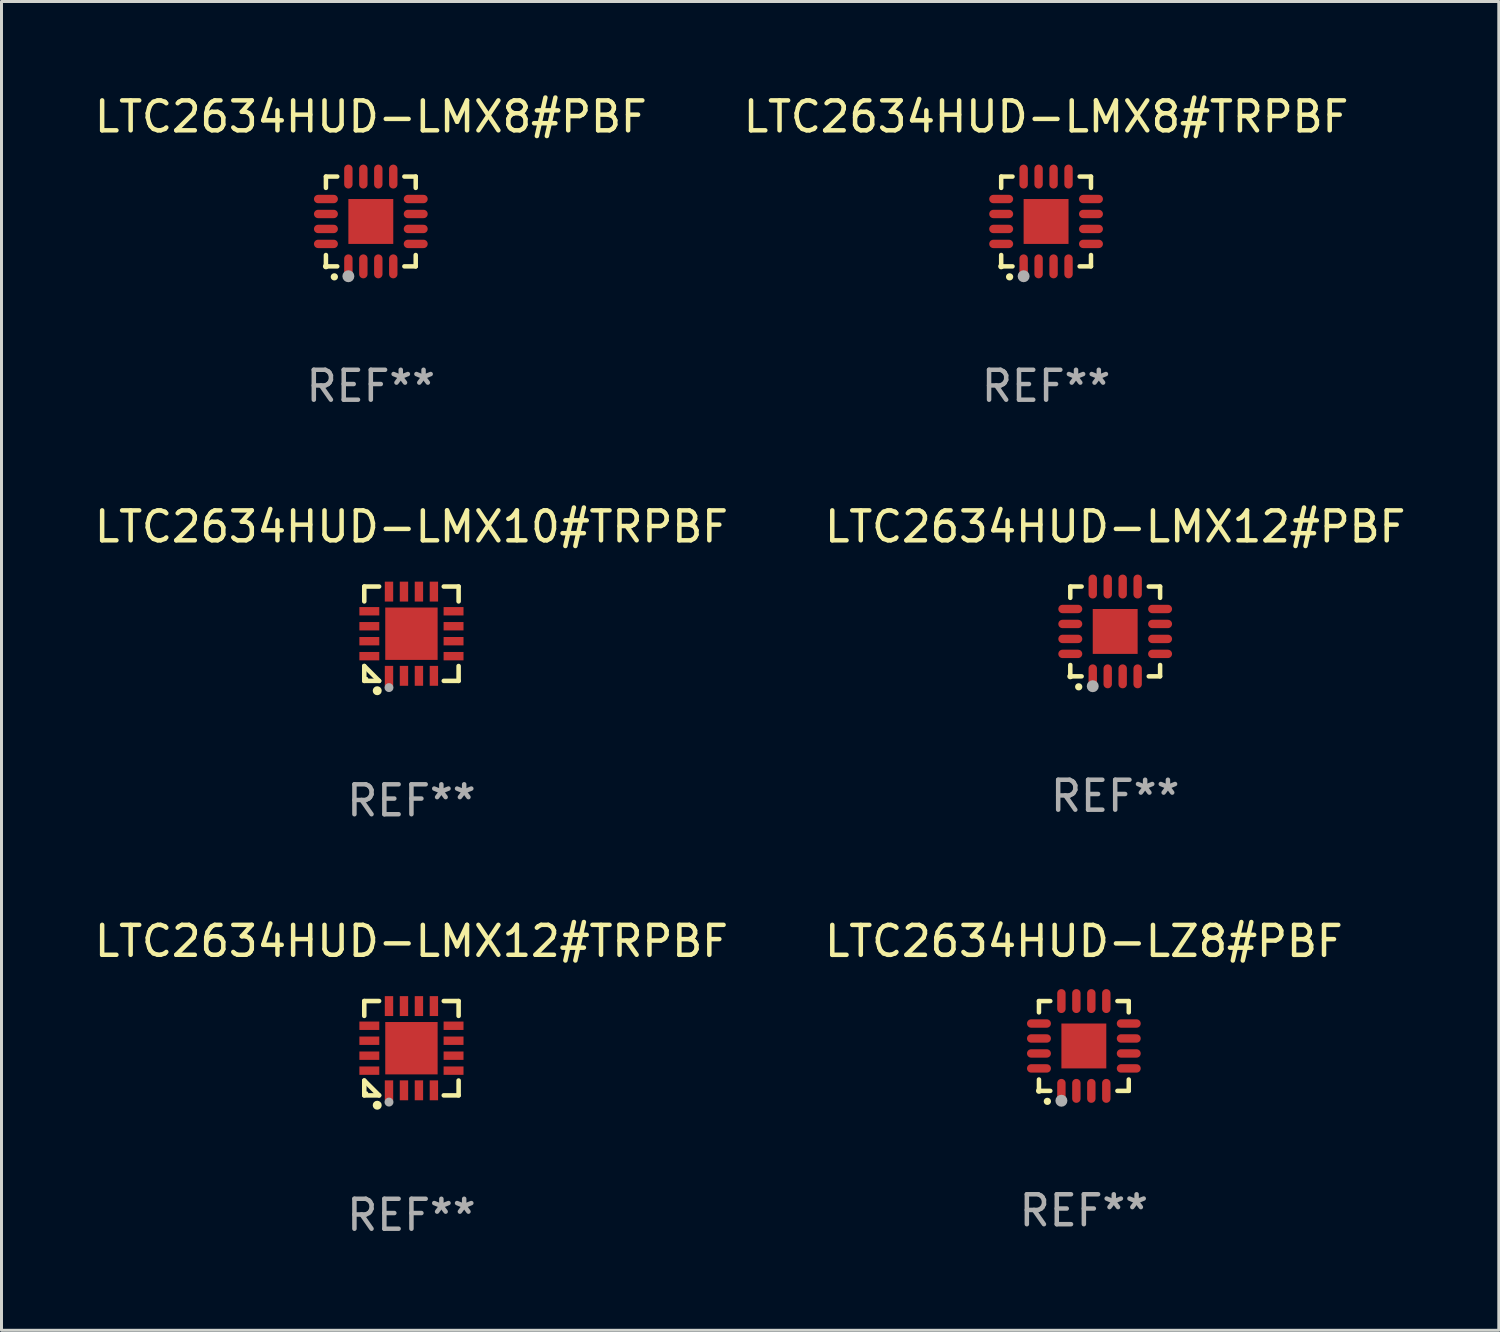
<source format=kicad_pcb>
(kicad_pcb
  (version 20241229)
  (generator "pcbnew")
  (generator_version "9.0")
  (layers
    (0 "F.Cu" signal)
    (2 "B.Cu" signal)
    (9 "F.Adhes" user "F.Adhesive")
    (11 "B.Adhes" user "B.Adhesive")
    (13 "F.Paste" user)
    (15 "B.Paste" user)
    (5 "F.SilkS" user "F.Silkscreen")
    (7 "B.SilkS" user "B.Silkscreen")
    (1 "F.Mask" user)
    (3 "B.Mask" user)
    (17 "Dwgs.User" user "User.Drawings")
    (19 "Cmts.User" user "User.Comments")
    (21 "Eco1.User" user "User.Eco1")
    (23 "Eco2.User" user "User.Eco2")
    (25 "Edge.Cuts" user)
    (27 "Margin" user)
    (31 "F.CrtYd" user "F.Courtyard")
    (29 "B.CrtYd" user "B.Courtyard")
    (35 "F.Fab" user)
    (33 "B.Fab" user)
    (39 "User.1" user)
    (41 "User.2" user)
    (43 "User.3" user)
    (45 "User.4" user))
  (footprint "LTC2634HUD-LMX8#PBF"
    (layer "F.Cu")
    (at 9.339 4.349)
    (property "Reference" "LTC2634HUD-LMX8#PBF" (at 0 -3.5 0) (layer "F.SilkS") (effects (font (size 1 1) (thickness 0.15))))
    (attr through_hole)
    (fp_line (start -1.5 -1.5) (end -1.121 -1.5) (stroke (width 0.15) (type solid)) (layer "F.SilkS"))
    (fp_line (start -1.5 -1.122) (end -1.5 -1.5) (stroke (width 0.15) (type solid)) (layer "F.SilkS"))
    (fp_line (start -1.5 1.5) (end -1.5 1.121) (stroke (width 0.15) (type solid)) (layer "F.SilkS"))
    (fp_line (start -1.121 1.5) (end -1.5 1.5) (stroke (width 0.15) (type solid)) (layer "F.SilkS"))
    (fp_line (start 1.121 -1.5) (end 1.5 -1.5) (stroke (width 0.15) (type solid)) (layer "F.SilkS"))
    (fp_line (start 1.5 -1.5) (end 1.5 -1.122) (stroke (width 0.15) (type solid)) (layer "F.SilkS"))
    (fp_line (start 1.5 1.121) (end 1.5 1.5) (stroke (width 0.15) (type solid)) (layer "F.SilkS"))
    (fp_line (start 1.5 1.5) (end 1.121 1.5) (stroke (width 0.15) (type solid)) (layer "F.SilkS"))
    (fp_arc (start -1.219926 1.850254) (mid -1.21891 1.85025) (end -1.217894 1.850254) (stroke (width 0.240005) (type solid)) (layer "F.SilkS"))
    (fp_circle (center -1.5 1.5) (end -1.45 1.5) (stroke (width 0.1) (type solid)) (fill no) (layer "F.SilkS"))
    (fp_circle (center -0.75 1.83) (end -0.65 1.83) (stroke (width 0.2) (type solid)) (fill no) (layer "F.Fab"))
    (fp_text user "REF**" (at 0 5.5 0) (layer "F.Fab") (effects (font (size 1 1) (thickness 0.15))))
    (pad "1" smd oval (at -0.75 1.5) (size 0.28 0.8) (layers "F.Cu" "F.Mask" "F.Paste"))
    (pad "2" smd oval (at -0.25 1.5) (size 0.28 0.8) (layers "F.Cu" "F.Mask" "F.Paste"))
    (pad "3" smd oval (at 0.25 1.5) (size 0.28 0.8) (layers "F.Cu" "F.Mask" "F.Paste"))
    (pad "4" smd oval (at 0.75 1.5) (size 0.28 0.8) (layers "F.Cu" "F.Mask" "F.Paste"))
    (pad "5" smd oval (at 1.5 0.75) (size 0.8 0.28) (layers "F.Cu" "F.Mask" "F.Paste"))
    (pad "6" smd oval (at 1.5 0.25) (size 0.8 0.28) (layers "F.Cu" "F.Mask" "F.Paste"))
    (pad "7" smd oval (at 1.5 -0.25) (size 0.8 0.28) (layers "F.Cu" "F.Mask" "F.Paste"))
    (pad "8" smd oval (at 1.5 -0.75) (size 0.8 0.28) (layers "F.Cu" "F.Mask" "F.Paste"))
    (pad "9" smd oval (at 0.75 -1.5) (size 0.28 0.8) (layers "F.Cu" "F.Mask" "F.Paste"))
    (pad "10" smd oval (at 0.25 -1.5) (size 0.28 0.8) (layers "F.Cu" "F.Mask" "F.Paste"))
    (pad "11" smd oval (at -0.25 -1.5) (size 0.28 0.8) (layers "F.Cu" "F.Mask" "F.Paste"))
    (pad "12" smd oval (at -0.75 -1.5) (size 0.28 0.8) (layers "F.Cu" "F.Mask" "F.Paste"))
    (pad "13" smd oval (at -1.5 -0.75) (size 0.8 0.28) (layers "F.Cu" "F.Mask" "F.Paste"))
    (pad "14" smd oval (at -1.5 -0.25) (size 0.8 0.28) (layers "F.Cu" "F.Mask" "F.Paste"))
    (pad "15" smd oval (at -1.5 0.25) (size 0.8 0.28) (layers "F.Cu" "F.Mask" "F.Paste"))
    (pad "16" smd oval (at -1.5 0.75) (size 0.8 0.28) (layers "F.Cu" "F.Mask" "F.Paste"))
    (pad "17" smd rect (at -0.000064 0.000165) (size 1.5 1.5) (layers "F.Cu" "F.Mask" "F.Paste")))
  (footprint "LTC2634HUD-LMX10#TRPBF"
    (layer "F.Cu")
    (at 10.696 18.122)
    (property "Reference" "LTC2634HUD-LMX10#TRPBF" (at 0 -3.576 0) (layer "F.SilkS") (effects (font (size 1 1) (thickness 0.15))))
    (attr through_hole)
    (fp_line (start -1.576 -1.576) (end -1.08 -1.576) (stroke (width 0.152) (type solid)) (layer "F.SilkS"))
    (fp_line (start -1.576 -1.08) (end -1.576 -1.576) (stroke (width 0.152) (type solid)) (layer "F.SilkS"))
    (fp_line (start -1.576 1.08) (end -1.576 1.576) (stroke (width 0.152) (type solid)) (layer "F.SilkS"))
    (fp_line (start -1.576 1.576) (end -1.08 1.576) (stroke (width 0.152) (type solid)) (layer "F.SilkS"))
    (fp_line (start -1.08 1.576) (end -1.576 1.08) (stroke (width 0.152) (type solid)) (layer "F.SilkS"))
    (fp_line (start 1.576 -1.576) (end 1.08 -1.576) (stroke (width 0.152) (type solid)) (layer "F.SilkS"))
    (fp_line (start 1.576 -1.08) (end 1.576 -1.576) (stroke (width 0.152) (type solid)) (layer "F.SilkS"))
    (fp_line (start 1.576 1.08) (end 1.576 1.576) (stroke (width 0.152) (type solid)) (layer "F.SilkS"))
    (fp_line (start 1.576 1.576) (end 1.08 1.576) (stroke (width 0.152) (type solid)) (layer "F.SilkS"))
    (fp_circle (center -1.5 1.5) (end -1.47 1.5) (stroke (width 0.06) (type solid)) (fill no) (layer "F.SilkS"))
    (fp_circle (center -1.143 1.905) (end -1.068 1.905) (stroke (width 0.15) (type solid)) (fill no) (layer "F.SilkS"))
    (fp_circle (center -0.75 1.8) (end -0.675 1.8) (stroke (width 0.15) (type solid)) (fill no) (layer "F.Fab"))
    (fp_text user "REF**" (at 0 5.576 0) (layer "F.Fab") (effects (font (size 1 1) (thickness 0.15))))
    (pad "1" smd rect (at -0.75 1.407) (size 0.28 0.665) (layers "F.Cu" "F.Mask" "F.Paste"))
    (pad "2" smd rect (at -0.25 1.407) (size 0.28 0.665) (layers "F.Cu" "F.Mask" "F.Paste"))
    (pad "3" smd rect (at 0.25 1.407) (size 0.28 0.665) (layers "F.Cu" "F.Mask" "F.Paste"))
    (pad "4" smd rect (at 0.75 1.407) (size 0.28 0.665) (layers "F.Cu" "F.Mask" "F.Paste"))
    (pad "5" smd rect (at 1.407 0.75) (size 0.665 0.28) (layers "F.Cu" "F.Mask" "F.Paste"))
    (pad "6" smd rect (at 1.407 0.25) (size 0.665 0.28) (layers "F.Cu" "F.Mask" "F.Paste"))
    (pad "7" smd rect (at 1.407 -0.25) (size 0.665 0.28) (layers "F.Cu" "F.Mask" "F.Paste"))
    (pad "8" smd rect (at 1.407 -0.75) (size 0.665 0.28) (layers "F.Cu" "F.Mask" "F.Paste"))
    (pad "9" smd rect (at 0.75 -1.407) (size 0.28 0.665) (layers "F.Cu" "F.Mask" "F.Paste"))
    (pad "10" smd rect (at 0.25 -1.407) (size 0.28 0.665) (layers "F.Cu" "F.Mask" "F.Paste"))
    (pad "11" smd rect (at -0.25 -1.407) (size 0.28 0.665) (layers "F.Cu" "F.Mask" "F.Paste"))
    (pad "12" smd rect (at -0.75 -1.407) (size 0.28 0.665) (layers "F.Cu" "F.Mask" "F.Paste"))
    (pad "13" smd rect (at -1.407 -0.75) (size 0.665 0.28) (layers "F.Cu" "F.Mask" "F.Paste"))
    (pad "14" smd rect (at -1.407 -0.25) (size 0.665 0.28) (layers "F.Cu" "F.Mask" "F.Paste"))
    (pad "15" smd rect (at -1.407 0.25) (size 0.665 0.28) (layers "F.Cu" "F.Mask" "F.Paste"))
    (pad "16" smd rect (at -1.407 0.75) (size 0.665 0.28) (layers "F.Cu" "F.Mask" "F.Paste"))
    (pad "17" smd rect (at 0 0) (size 1.75 1.75) (layers "F.Cu" "F.Mask" "F.Paste")))
  (footprint "LTC2634HUD-LMX12#PBF"
    (layer "F.Cu")
    (at 34.208 18.046)
    (property "Reference" "LTC2634HUD-LMX12#PBF" (at 0 -3.5 0) (layer "F.SilkS") (effects (font (size 1 1) (thickness 0.15))))
    (attr through_hole)
    (fp_line (start -1.5 -1.5) (end -1.121 -1.5) (stroke (width 0.15) (type solid)) (layer "F.SilkS"))
    (fp_line (start -1.5 -1.122) (end -1.5 -1.5) (stroke (width 0.15) (type solid)) (layer "F.SilkS"))
    (fp_line (start -1.5 1.5) (end -1.5 1.121) (stroke (width 0.15) (type solid)) (layer "F.SilkS"))
    (fp_line (start -1.121 1.5) (end -1.5 1.5) (stroke (width 0.15) (type solid)) (layer "F.SilkS"))
    (fp_line (start 1.121 -1.5) (end 1.5 -1.5) (stroke (width 0.15) (type solid)) (layer "F.SilkS"))
    (fp_line (start 1.5 -1.5) (end 1.5 -1.122) (stroke (width 0.15) (type solid)) (layer "F.SilkS"))
    (fp_line (start 1.5 1.121) (end 1.5 1.5) (stroke (width 0.15) (type solid)) (layer "F.SilkS"))
    (fp_line (start 1.5 1.5) (end 1.121 1.5) (stroke (width 0.15) (type solid)) (layer "F.SilkS"))
    (fp_arc (start -1.219926 1.850254) (mid -1.21891 1.85025) (end -1.217894 1.850254) (stroke (width 0.240005) (type solid)) (layer "F.SilkS"))
    (fp_circle (center -1.5 1.5) (end -1.45 1.5) (stroke (width 0.1) (type solid)) (fill no) (layer "F.SilkS"))
    (fp_circle (center -0.75 1.83) (end -0.65 1.83) (stroke (width 0.2) (type solid)) (fill no) (layer "F.Fab"))
    (fp_text user "REF**" (at 0 5.5 0) (layer "F.Fab") (effects (font (size 1 1) (thickness 0.15))))
    (pad "1" smd oval (at -0.75 1.5) (size 0.28 0.8) (layers "F.Cu" "F.Mask" "F.Paste"))
    (pad "2" smd oval (at -0.25 1.5) (size 0.28 0.8) (layers "F.Cu" "F.Mask" "F.Paste"))
    (pad "3" smd oval (at 0.25 1.5) (size 0.28 0.8) (layers "F.Cu" "F.Mask" "F.Paste"))
    (pad "4" smd oval (at 0.75 1.5) (size 0.28 0.8) (layers "F.Cu" "F.Mask" "F.Paste"))
    (pad "5" smd oval (at 1.5 0.75) (size 0.8 0.28) (layers "F.Cu" "F.Mask" "F.Paste"))
    (pad "6" smd oval (at 1.5 0.25) (size 0.8 0.28) (layers "F.Cu" "F.Mask" "F.Paste"))
    (pad "7" smd oval (at 1.5 -0.25) (size 0.8 0.28) (layers "F.Cu" "F.Mask" "F.Paste"))
    (pad "8" smd oval (at 1.5 -0.75) (size 0.8 0.28) (layers "F.Cu" "F.Mask" "F.Paste"))
    (pad "9" smd oval (at 0.75 -1.5) (size 0.28 0.8) (layers "F.Cu" "F.Mask" "F.Paste"))
    (pad "10" smd oval (at 0.25 -1.5) (size 0.28 0.8) (layers "F.Cu" "F.Mask" "F.Paste"))
    (pad "11" smd oval (at -0.25 -1.5) (size 0.28 0.8) (layers "F.Cu" "F.Mask" "F.Paste"))
    (pad "12" smd oval (at -0.75 -1.5) (size 0.28 0.8) (layers "F.Cu" "F.Mask" "F.Paste"))
    (pad "13" smd oval (at -1.5 -0.75) (size 0.8 0.28) (layers "F.Cu" "F.Mask" "F.Paste"))
    (pad "14" smd oval (at -1.5 -0.25) (size 0.8 0.28) (layers "F.Cu" "F.Mask" "F.Paste"))
    (pad "15" smd oval (at -1.5 0.25) (size 0.8 0.28) (layers "F.Cu" "F.Mask" "F.Paste"))
    (pad "16" smd oval (at -1.5 0.75) (size 0.8 0.28) (layers "F.Cu" "F.Mask" "F.Paste"))
    (pad "17" smd rect (at -0.000064 0.000165) (size 1.5 1.5) (layers "F.Cu" "F.Mask" "F.Paste")))
  (footprint "LTC2634HUD-LMX12#TRPBF"
    (layer "F.Cu")
    (at 10.696 31.97)
    (property "Reference" "LTC2634HUD-LMX12#TRPBF" (at 0 -3.576 0) (layer "F.SilkS") (effects (font (size 1 1) (thickness 0.15))))
    (attr through_hole)
    (fp_line (start -1.576 -1.576) (end -1.08 -1.576) (stroke (width 0.152) (type solid)) (layer "F.SilkS"))
    (fp_line (start -1.576 -1.08) (end -1.576 -1.576) (stroke (width 0.152) (type solid)) (layer "F.SilkS"))
    (fp_line (start -1.576 1.08) (end -1.576 1.576) (stroke (width 0.152) (type solid)) (layer "F.SilkS"))
    (fp_line (start -1.576 1.576) (end -1.08 1.576) (stroke (width 0.152) (type solid)) (layer "F.SilkS"))
    (fp_line (start -1.08 1.576) (end -1.576 1.08) (stroke (width 0.152) (type solid)) (layer "F.SilkS"))
    (fp_line (start 1.576 -1.576) (end 1.08 -1.576) (stroke (width 0.152) (type solid)) (layer "F.SilkS"))
    (fp_line (start 1.576 -1.08) (end 1.576 -1.576) (stroke (width 0.152) (type solid)) (layer "F.SilkS"))
    (fp_line (start 1.576 1.08) (end 1.576 1.576) (stroke (width 0.152) (type solid)) (layer "F.SilkS"))
    (fp_line (start 1.576 1.576) (end 1.08 1.576) (stroke (width 0.152) (type solid)) (layer "F.SilkS"))
    (fp_circle (center -1.5 1.5) (end -1.47 1.5) (stroke (width 0.06) (type solid)) (fill no) (layer "F.SilkS"))
    (fp_circle (center -1.143 1.905) (end -1.068 1.905) (stroke (width 0.15) (type solid)) (fill no) (layer "F.SilkS"))
    (fp_circle (center -0.75 1.8) (end -0.675 1.8) (stroke (width 0.15) (type solid)) (fill no) (layer "F.Fab"))
    (fp_text user "REF**" (at 0 5.576 0) (layer "F.Fab") (effects (font (size 1 1) (thickness 0.15))))
    (pad "1" smd rect (at -0.75 1.407) (size 0.28 0.665) (layers "F.Cu" "F.Mask" "F.Paste"))
    (pad "2" smd rect (at -0.25 1.407) (size 0.28 0.665) (layers "F.Cu" "F.Mask" "F.Paste"))
    (pad "3" smd rect (at 0.25 1.407) (size 0.28 0.665) (layers "F.Cu" "F.Mask" "F.Paste"))
    (pad "4" smd rect (at 0.75 1.407) (size 0.28 0.665) (layers "F.Cu" "F.Mask" "F.Paste"))
    (pad "5" smd rect (at 1.407 0.75) (size 0.665 0.28) (layers "F.Cu" "F.Mask" "F.Paste"))
    (pad "6" smd rect (at 1.407 0.25) (size 0.665 0.28) (layers "F.Cu" "F.Mask" "F.Paste"))
    (pad "7" smd rect (at 1.407 -0.25) (size 0.665 0.28) (layers "F.Cu" "F.Mask" "F.Paste"))
    (pad "8" smd rect (at 1.407 -0.75) (size 0.665 0.28) (layers "F.Cu" "F.Mask" "F.Paste"))
    (pad "9" smd rect (at 0.75 -1.407) (size 0.28 0.665) (layers "F.Cu" "F.Mask" "F.Paste"))
    (pad "10" smd rect (at 0.25 -1.407) (size 0.28 0.665) (layers "F.Cu" "F.Mask" "F.Paste"))
    (pad "11" smd rect (at -0.25 -1.407) (size 0.28 0.665) (layers "F.Cu" "F.Mask" "F.Paste"))
    (pad "12" smd rect (at -0.75 -1.407) (size 0.28 0.665) (layers "F.Cu" "F.Mask" "F.Paste"))
    (pad "13" smd rect (at -1.407 -0.75) (size 0.665 0.28) (layers "F.Cu" "F.Mask" "F.Paste"))
    (pad "14" smd rect (at -1.407 -0.25) (size 0.665 0.28) (layers "F.Cu" "F.Mask" "F.Paste"))
    (pad "15" smd rect (at -1.407 0.25) (size 0.665 0.28) (layers "F.Cu" "F.Mask" "F.Paste"))
    (pad "16" smd rect (at -1.407 0.75) (size 0.665 0.28) (layers "F.Cu" "F.Mask" "F.Paste"))
    (pad "17" smd rect (at 0 0) (size 1.75 1.75) (layers "F.Cu" "F.Mask" "F.Paste")))
  (footprint "LTC2634HUD-LMX8#TRPBF"
    (layer "F.Cu")
    (at 31.899 4.349)
    (property "Reference" "LTC2634HUD-LMX8#TRPBF" (at 0 -3.5 0) (layer "F.SilkS") (effects (font (size 1 1) (thickness 0.15))))
    (attr through_hole)
    (fp_line (start -1.5 -1.5) (end -1.121 -1.5) (stroke (width 0.15) (type solid)) (layer "F.SilkS"))
    (fp_line (start -1.5 -1.122) (end -1.5 -1.5) (stroke (width 0.15) (type solid)) (layer "F.SilkS"))
    (fp_line (start -1.5 1.5) (end -1.5 1.121) (stroke (width 0.15) (type solid)) (layer "F.SilkS"))
    (fp_line (start -1.121 1.5) (end -1.5 1.5) (stroke (width 0.15) (type solid)) (layer "F.SilkS"))
    (fp_line (start 1.121 -1.5) (end 1.5 -1.5) (stroke (width 0.15) (type solid)) (layer "F.SilkS"))
    (fp_line (start 1.5 -1.5) (end 1.5 -1.122) (stroke (width 0.15) (type solid)) (layer "F.SilkS"))
    (fp_line (start 1.5 1.121) (end 1.5 1.5) (stroke (width 0.15) (type solid)) (layer "F.SilkS"))
    (fp_line (start 1.5 1.5) (end 1.121 1.5) (stroke (width 0.15) (type solid)) (layer "F.SilkS"))
    (fp_arc (start -1.219926 1.850254) (mid -1.21891 1.85025) (end -1.217894 1.850254) (stroke (width 0.240005) (type solid)) (layer "F.SilkS"))
    (fp_circle (center -1.5 1.5) (end -1.45 1.5) (stroke (width 0.1) (type solid)) (fill no) (layer "F.SilkS"))
    (fp_circle (center -0.75 1.83) (end -0.65 1.83) (stroke (width 0.2) (type solid)) (fill no) (layer "F.Fab"))
    (fp_text user "REF**" (at 0 5.5 0) (layer "F.Fab") (effects (font (size 1 1) (thickness 0.15))))
    (pad "1" smd oval (at -0.75 1.5) (size 0.28 0.8) (layers "F.Cu" "F.Mask" "F.Paste"))
    (pad "2" smd oval (at -0.25 1.5) (size 0.28 0.8) (layers "F.Cu" "F.Mask" "F.Paste"))
    (pad "3" smd oval (at 0.25 1.5) (size 0.28 0.8) (layers "F.Cu" "F.Mask" "F.Paste"))
    (pad "4" smd oval (at 0.75 1.5) (size 0.28 0.8) (layers "F.Cu" "F.Mask" "F.Paste"))
    (pad "5" smd oval (at 1.5 0.75) (size 0.8 0.28) (layers "F.Cu" "F.Mask" "F.Paste"))
    (pad "6" smd oval (at 1.5 0.25) (size 0.8 0.28) (layers "F.Cu" "F.Mask" "F.Paste"))
    (pad "7" smd oval (at 1.5 -0.25) (size 0.8 0.28) (layers "F.Cu" "F.Mask" "F.Paste"))
    (pad "8" smd oval (at 1.5 -0.75) (size 0.8 0.28) (layers "F.Cu" "F.Mask" "F.Paste"))
    (pad "9" smd oval (at 0.75 -1.5) (size 0.28 0.8) (layers "F.Cu" "F.Mask" "F.Paste"))
    (pad "10" smd oval (at 0.25 -1.5) (size 0.28 0.8) (layers "F.Cu" "F.Mask" "F.Paste"))
    (pad "11" smd oval (at -0.25 -1.5) (size 0.28 0.8) (layers "F.Cu" "F.Mask" "F.Paste"))
    (pad "12" smd oval (at -0.75 -1.5) (size 0.28 0.8) (layers "F.Cu" "F.Mask" "F.Paste"))
    (pad "13" smd oval (at -1.5 -0.75) (size 0.8 0.28) (layers "F.Cu" "F.Mask" "F.Paste"))
    (pad "14" smd oval (at -1.5 -0.25) (size 0.8 0.28) (layers "F.Cu" "F.Mask" "F.Paste"))
    (pad "15" smd oval (at -1.5 0.25) (size 0.8 0.28) (layers "F.Cu" "F.Mask" "F.Paste"))
    (pad "16" smd oval (at -1.5 0.75) (size 0.8 0.28) (layers "F.Cu" "F.Mask" "F.Paste"))
    (pad "17" smd rect (at -0.000064 0.000165) (size 1.5 1.5) (layers "F.Cu" "F.Mask" "F.Paste")))
  (footprint "LTC2634HUD-LZ8#PBF"
    (layer "F.Cu")
    (at 33.161 31.895)
    (property "Reference" "LTC2634HUD-LZ8#PBF" (at 0 -3.5 0) (layer "F.SilkS") (effects (font (size 1 1) (thickness 0.15))))
    (attr through_hole)
    (fp_line (start -1.5 -1.5) (end -1.121 -1.5) (stroke (width 0.15) (type solid)) (layer "F.SilkS"))
    (fp_line (start -1.5 -1.122) (end -1.5 -1.5) (stroke (width 0.15) (type solid)) (layer "F.SilkS"))
    (fp_line (start -1.5 1.5) (end -1.5 1.121) (stroke (width 0.15) (type solid)) (layer "F.SilkS"))
    (fp_line (start -1.121 1.5) (end -1.5 1.5) (stroke (width 0.15) (type solid)) (layer "F.SilkS"))
    (fp_line (start 1.121 -1.5) (end 1.5 -1.5) (stroke (width 0.15) (type solid)) (layer "F.SilkS"))
    (fp_line (start 1.5 -1.5) (end 1.5 -1.122) (stroke (width 0.15) (type solid)) (layer "F.SilkS"))
    (fp_line (start 1.5 1.121) (end 1.5 1.5) (stroke (width 0.15) (type solid)) (layer "F.SilkS"))
    (fp_line (start 1.5 1.5) (end 1.121 1.5) (stroke (width 0.15) (type solid)) (layer "F.SilkS"))
    (fp_arc (start -1.219926 1.850254) (mid -1.21891 1.85025) (end -1.217894 1.850254) (stroke (width 0.240005) (type solid)) (layer "F.SilkS"))
    (fp_circle (center -1.5 1.5) (end -1.45 1.5) (stroke (width 0.1) (type solid)) (fill no) (layer "F.SilkS"))
    (fp_circle (center -0.75 1.83) (end -0.65 1.83) (stroke (width 0.2) (type solid)) (fill no) (layer "F.Fab"))
    (fp_text user "REF**" (at 0 5.5 0) (layer "F.Fab") (effects (font (size 1 1) (thickness 0.15))))
    (pad "1" smd oval (at -0.75 1.5) (size 0.28 0.8) (layers "F.Cu" "F.Mask" "F.Paste"))
    (pad "2" smd oval (at -0.25 1.5) (size 0.28 0.8) (layers "F.Cu" "F.Mask" "F.Paste"))
    (pad "3" smd oval (at 0.25 1.5) (size 0.28 0.8) (layers "F.Cu" "F.Mask" "F.Paste"))
    (pad "4" smd oval (at 0.75 1.5) (size 0.28 0.8) (layers "F.Cu" "F.Mask" "F.Paste"))
    (pad "5" smd oval (at 1.5 0.75) (size 0.8 0.28) (layers "F.Cu" "F.Mask" "F.Paste"))
    (pad "6" smd oval (at 1.5 0.25) (size 0.8 0.28) (layers "F.Cu" "F.Mask" "F.Paste"))
    (pad "7" smd oval (at 1.5 -0.25) (size 0.8 0.28) (layers "F.Cu" "F.Mask" "F.Paste"))
    (pad "8" smd oval (at 1.5 -0.75) (size 0.8 0.28) (layers "F.Cu" "F.Mask" "F.Paste"))
    (pad "9" smd oval (at 0.75 -1.5) (size 0.28 0.8) (layers "F.Cu" "F.Mask" "F.Paste"))
    (pad "10" smd oval (at 0.25 -1.5) (size 0.28 0.8) (layers "F.Cu" "F.Mask" "F.Paste"))
    (pad "11" smd oval (at -0.25 -1.5) (size 0.28 0.8) (layers "F.Cu" "F.Mask" "F.Paste"))
    (pad "12" smd oval (at -0.75 -1.5) (size 0.28 0.8) (layers "F.Cu" "F.Mask" "F.Paste"))
    (pad "13" smd oval (at -1.5 -0.75) (size 0.8 0.28) (layers "F.Cu" "F.Mask" "F.Paste"))
    (pad "14" smd oval (at -1.5 -0.25) (size 0.8 0.28) (layers "F.Cu" "F.Mask" "F.Paste"))
    (pad "15" smd oval (at -1.5 0.25) (size 0.8 0.28) (layers "F.Cu" "F.Mask" "F.Paste"))
    (pad "16" smd oval (at -1.5 0.75) (size 0.8 0.28) (layers "F.Cu" "F.Mask" "F.Paste"))
    (pad "17" smd rect (at -0.000064 0.000165) (size 1.5 1.5) (layers "F.Cu" "F.Mask" "F.Paste")))
  (gr_rect
    (start -3 -3)
    (end 47.024 41.395)
    (stroke (width 0.1) (type default))
    (fill no)
    (layer "Edge.Cuts")))
</source>
